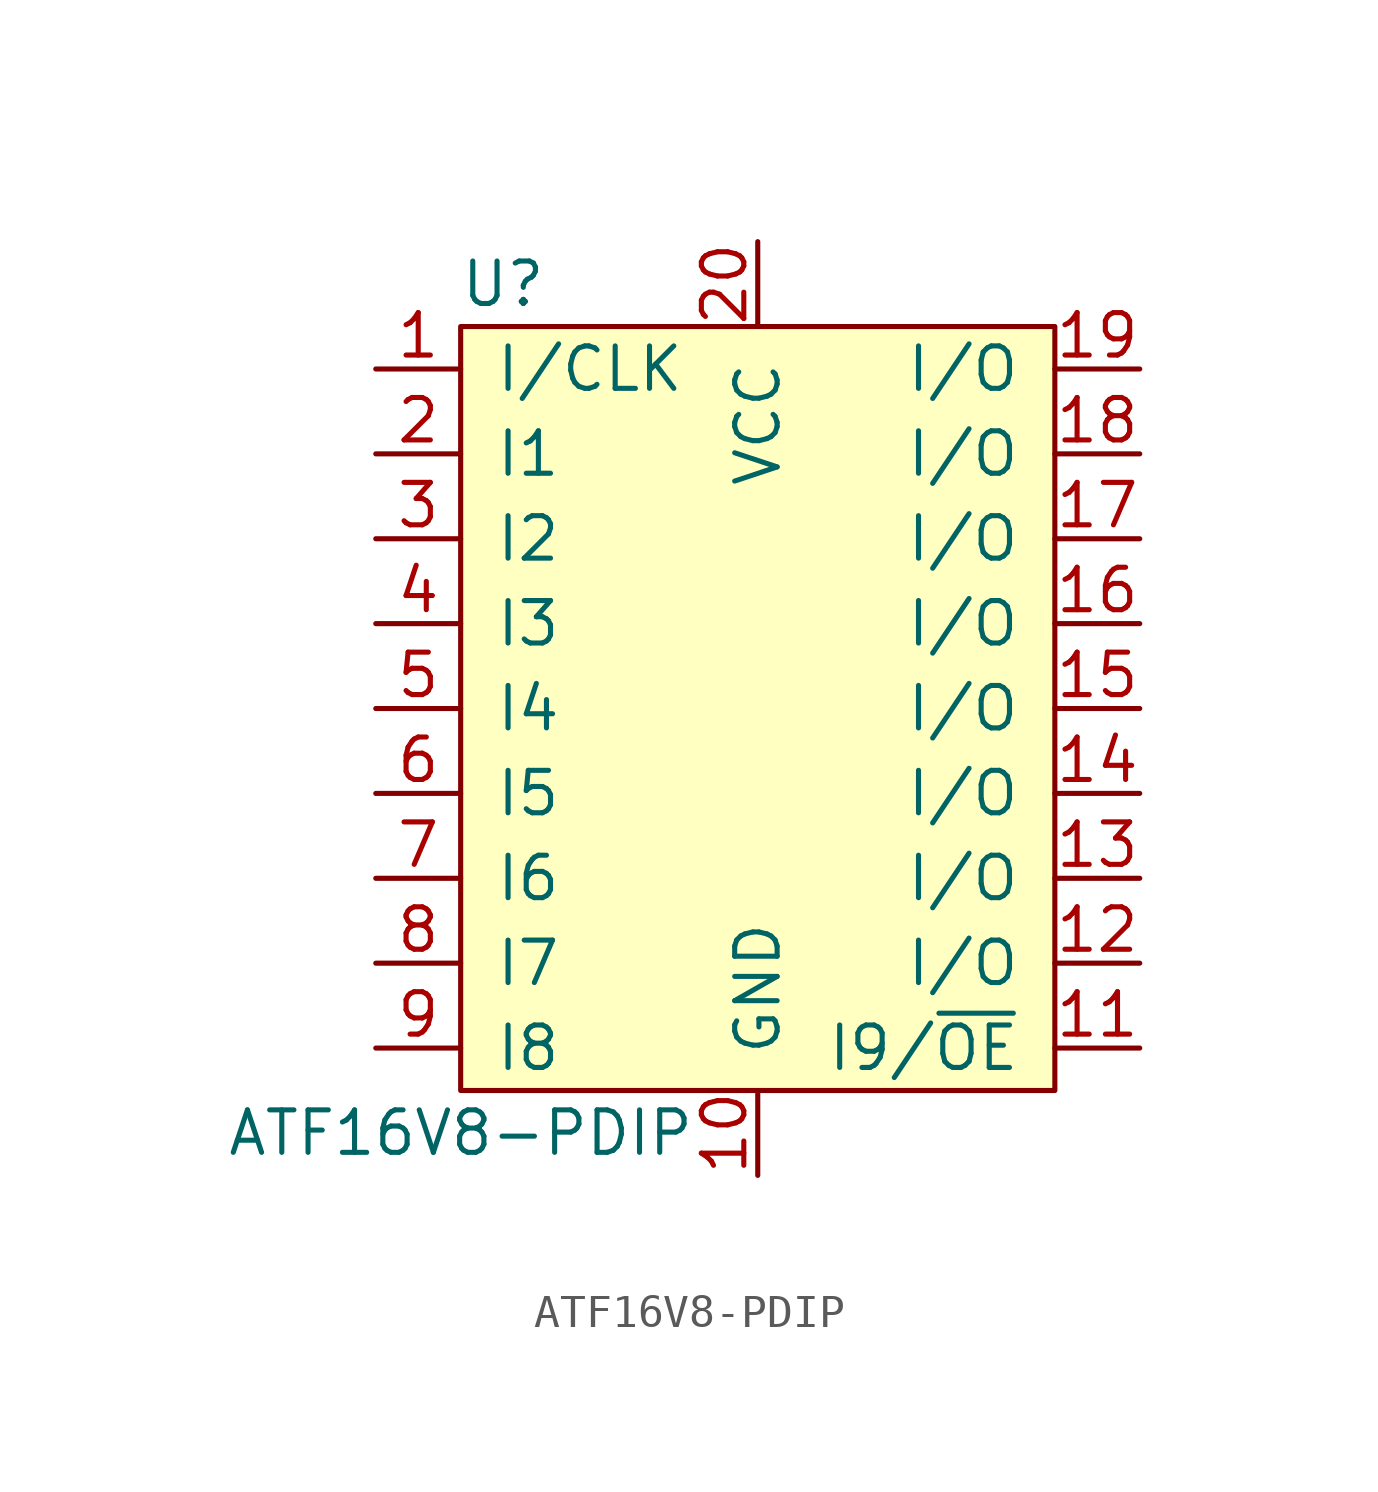
<source format=kicad_sym>
(kicad_symbol_lib
  (version 20211014)
  (generator kicad_symbol_editor)
  (symbol "ATF16V8-PDIP"
    (pin_names
      (offset 1.016))
    (property "Reference" "U"
      (at -7.62 12.7 0)
      (effects (font (size 1.27 1.27))))
    (property "Value" "ATF16V8-PDIP"
      (at -8.89 -12.7 0)
      (effects (font (size 1.27 1.27))))
    (symbol "ATF16V8-PDIP_0_1"
      (rectangle (start -8.89 11.43) (end 8.89 -11.43) (stroke (width 0) (type default) (color 0 0 0 0)) (fill (type background))))
    (symbol "ATF16V8-PDIP_1_1"
      (pin input line (at -11.43 10.16 0) (length 2.54) (name "I/CLK" (effects (font (size 1.27 1.27)))) (number "1" (effects (font (size 1.27 1.27)))))
      (pin power_in line (at 0 -13.97 90) (length 2.54) (name "GND" (effects (font (size 1.27 1.27)))) (number "10" (effects (font (size 1.27 1.27)))))
      (pin input line (at 11.43 -10.16 180) (length 2.54) (name "I9/~{OE}" (effects (font (size 1.27 1.27)))) (number "11" (effects (font (size 1.27 1.27)))))
      (pin bidirectional line (at 11.43 -7.62 180) (length 2.54) (name "I/O" (effects (font (size 1.27 1.27)))) (number "12" (effects (font (size 1.27 1.27)))))
      (pin bidirectional line (at 11.43 -5.08 180) (length 2.54) (name "I/O" (effects (font (size 1.27 1.27)))) (number "13" (effects (font (size 1.27 1.27)))))
      (pin bidirectional line (at 11.43 -2.54 180) (length 2.54) (name "I/O" (effects (font (size 1.27 1.27)))) (number "14" (effects (font (size 1.27 1.27)))))
      (pin bidirectional line (at 11.43 0 180) (length 2.54) (name "I/O" (effects (font (size 1.27 1.27)))) (number "15" (effects (font (size 1.27 1.27)))))
      (pin bidirectional line (at 11.43 2.54 180) (length 2.54) (name "I/O" (effects (font (size 1.27 1.27)))) (number "16" (effects (font (size 1.27 1.27)))))
      (pin bidirectional line (at 11.43 5.08 180) (length 2.54) (name "I/O" (effects (font (size 1.27 1.27)))) (number "17" (effects (font (size 1.27 1.27)))))
      (pin bidirectional line (at 11.43 7.62 180) (length 2.54) (name "I/O" (effects (font (size 1.27 1.27)))) (number "18" (effects (font (size 1.27 1.27)))))
      (pin bidirectional line (at 11.43 10.16 180) (length 2.54) (name "I/O" (effects (font (size 1.27 1.27)))) (number "19" (effects (font (size 1.27 1.27)))))
      (pin input line (at -11.43 7.62 0) (length 2.54) (name "I1" (effects (font (size 1.27 1.27)))) (number "2" (effects (font (size 1.27 1.27)))))
      (pin power_in line (at 0 13.97 270) (length 2.54) (name "VCC" (effects (font (size 1.27 1.27)))) (number "20" (effects (font (size 1.27 1.27)))))
      (pin input line (at -11.43 5.08 0) (length 2.54) (name "I2" (effects (font (size 1.27 1.27)))) (number "3" (effects (font (size 1.27 1.27)))))
      (pin input line (at -11.43 2.54 0) (length 2.54) (name "I3" (effects (font (size 1.27 1.27)))) (number "4" (effects (font (size 1.27 1.27)))))
      (pin input line (at -11.43 0 0) (length 2.54) (name "I4" (effects (font (size 1.27 1.27)))) (number "5" (effects (font (size 1.27 1.27)))))
      (pin input line (at -11.43 -2.54 0) (length 2.54) (name "I5" (effects (font (size 1.27 1.27)))) (number "6" (effects (font (size 1.27 1.27)))))
      (pin input line (at -11.43 -5.08 0) (length 2.54) (name "I6" (effects (font (size 1.27 1.27)))) (number "7" (effects (font (size 1.27 1.27)))))
      (pin input line (at -11.43 -7.62 0) (length 2.54) (name "I7" (effects (font (size 1.27 1.27)))) (number "8" (effects (font (size 1.27 1.27)))))
      (pin input line (at -11.43 -10.16 0) (length 2.54) (name "I8" (effects (font (size 1.27 1.27)))) (number "9" (effects (font (size 1.27 1.27))))))))
</source>
